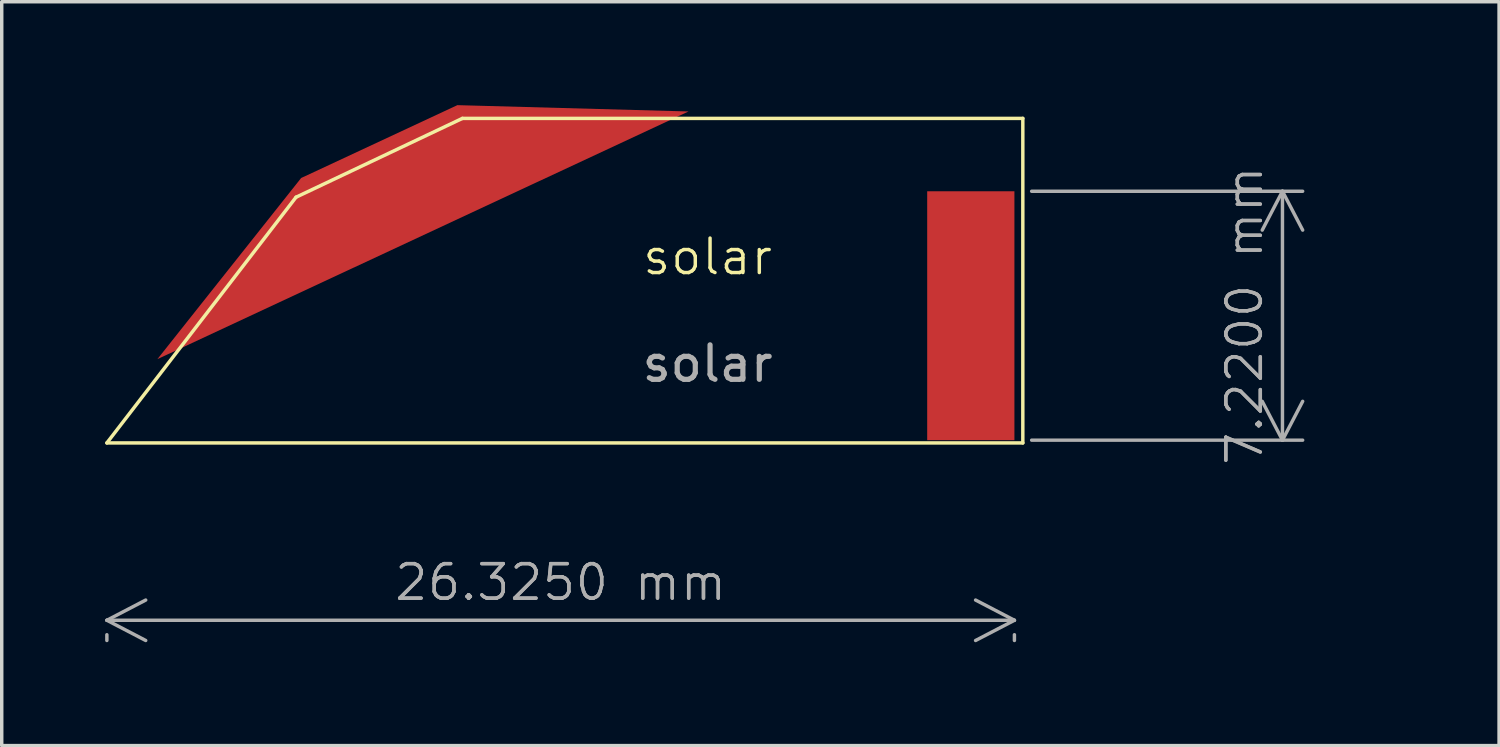
<source format=kicad_pcb>
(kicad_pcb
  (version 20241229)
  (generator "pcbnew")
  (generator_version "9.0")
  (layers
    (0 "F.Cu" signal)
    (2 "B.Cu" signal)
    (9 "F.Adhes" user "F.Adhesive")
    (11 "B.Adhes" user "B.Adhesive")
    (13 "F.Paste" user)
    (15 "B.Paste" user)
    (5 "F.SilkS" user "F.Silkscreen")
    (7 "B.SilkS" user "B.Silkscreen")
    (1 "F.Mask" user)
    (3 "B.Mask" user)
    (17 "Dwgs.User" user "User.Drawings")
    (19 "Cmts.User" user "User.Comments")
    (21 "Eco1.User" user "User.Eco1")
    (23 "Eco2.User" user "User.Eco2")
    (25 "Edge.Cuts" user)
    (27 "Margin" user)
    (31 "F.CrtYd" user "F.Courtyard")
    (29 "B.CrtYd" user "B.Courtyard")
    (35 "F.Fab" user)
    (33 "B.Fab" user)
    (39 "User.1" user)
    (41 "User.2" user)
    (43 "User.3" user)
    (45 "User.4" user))
  (footprint "solar"
    (layer "F.Cu")
    (at 17.475 10.798)
    (property "Reference" "solar" (at 0 -6.4 0) (unlocked yes) (layer "F.SilkS") (effects (font (size 1 1) (thickness 0.1))))
    (attr smd)
    (fp_line (start -17.425 -1) (end -11.938 -8.128) (stroke (width 0.1) (type default)) (layer "F.SilkS"))
    (fp_line (start -11.938 -8.128) (end -7.112 -10.414) (stroke (width 0.1) (type default)) (layer "F.SilkS"))
    (fp_line (start -7.112 -10.414) (end 9.144 -10.414) (stroke (width 0.1) (type default)) (layer "F.SilkS"))
    (fp_line (start 9.144 -10.414) (end 9.144 -1) (stroke (width 0.1) (type default)) (layer "F.SilkS"))
    (fp_line (start 9.144 -1) (end -17.425 -1) (stroke (width 0.1) (type default)) (layer "F.SilkS"))
    (fp_text user "${REFERENCE}" (at 0 -3.3 0) (unlocked yes) (layer "F.Fab") (effects (font (size 1 1) (thickness 0.15))))
    (dimension (type aligned) (layer "F.Fab") (pts (xy 26.375 2.498) (xy 26.375 9.718)) (height -7.775) (format (prefix "") (suffix "") (units 3) (units_format 1) (precision 4)) (style (thickness 0.1) (arrow_length 1.27) (text_position_mode 0) (arrow_direction outward) (extension_height 0.586) (extension_offset 0.5) (keep_text_aligned yes)) (gr_text "7.2200 mm" (at 33.05 6.108 90) (layer "F.Fab") (effects (font (size 1 1) (thickness 0.1)))))
    (dimension (type aligned) (layer "F.Fab") (pts (xy 26.375 14.862) (xy 0.05 14.862)) (height -0.08) (format (prefix "") (suffix "") (units 3) (units_format 1) (precision 4)) (style (thickness 0.1) (arrow_length 1.27) (text_position_mode 0) (arrow_direction outward) (extension_height 0.586) (extension_offset 0.5) (keep_text_aligned yes)) (gr_text "26.3250 mm" (at 13.213 13.842 0) (layer "F.Fab") (effects (font (size 1 1) (thickness 0.1)))))
    (pad "0" smd trapezoid (at -8.89 -8.382 25) (size 11 3) (rect_delta 0 6) (layers "F.Cu" "F.Mask" "F.Paste"))
    (pad "1" smd rect (at 7.635 -4.69) (size 2.53 7.22) (layers "F.Cu" "F.Mask" "F.Paste")))
  (gr_rect
    (start -3 -3)
    (end 40.433 18.578)
    (stroke (width 0.1) (type default))
    (fill no)
    (layer "Edge.Cuts")))
</source>
